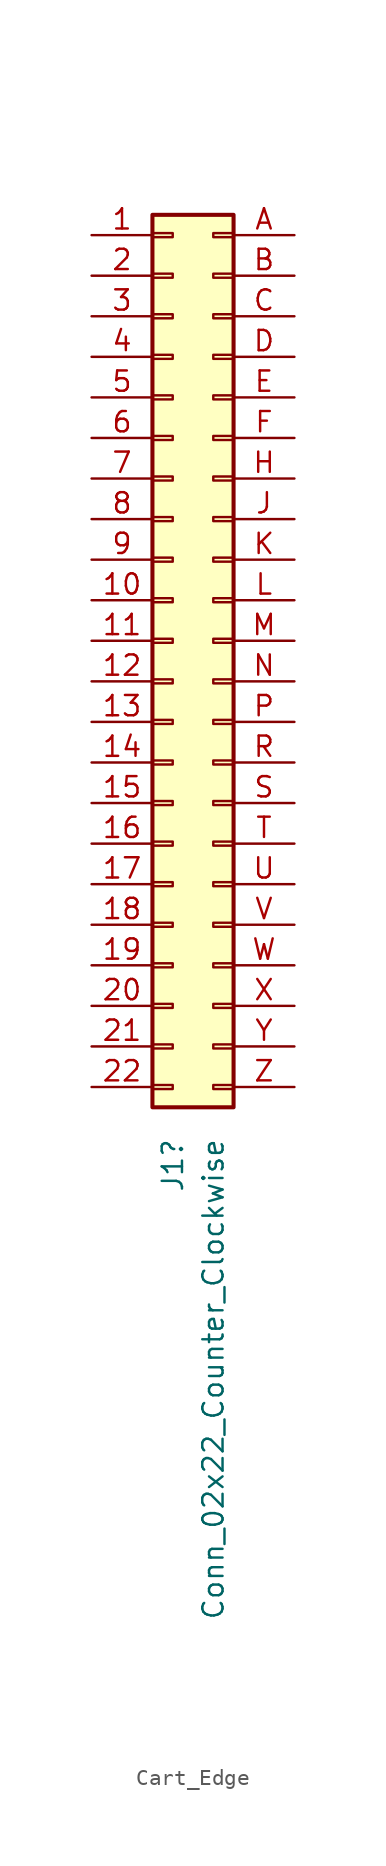
<source format=kicad_sym>
(kicad_symbol_lib
  (version 20220914)
  (generator kicad_symbol_editor)
  (symbol "Cart_Edge"
    (pin_names
      (offset 1.016) hide)
    (property "Reference" "J1"
      (at 0 -31.115 90)
      (effects (font (size 1.27 1.27)) (justify right)))
    (property "Value" "Conn_02x22_Counter_Clockwise"
      (at 2.54 -31.115 90)
      (effects (font (size 1.27 1.27)) (justify right)))
    (symbol "Cart_Edge_1_1"
      (rectangle (start -1.27 -27.813) (end 0 -28.067) (stroke (width 0.152) (type default)) (fill (type none)))
      (rectangle (start -1.27 -25.273) (end 0 -25.527) (stroke (width 0.152) (type default)) (fill (type none)))
      (rectangle (start -1.27 -22.733) (end 0 -22.987) (stroke (width 0.152) (type default)) (fill (type none)))
      (rectangle (start -1.27 -20.193) (end 0 -20.447) (stroke (width 0.152) (type default)) (fill (type none)))
      (rectangle (start -1.27 -17.653) (end 0 -17.907) (stroke (width 0.152) (type default)) (fill (type none)))
      (rectangle (start -1.27 -15.113) (end 0 -15.367) (stroke (width 0.152) (type default)) (fill (type none)))
      (rectangle (start -1.27 -12.573) (end 0 -12.827) (stroke (width 0.152) (type default)) (fill (type none)))
      (rectangle (start -1.27 -10.033) (end 0 -10.287) (stroke (width 0.152) (type default)) (fill (type none)))
      (rectangle (start -1.27 -7.493) (end 0 -7.747) (stroke (width 0.152) (type default)) (fill (type none)))
      (rectangle (start -1.27 -4.953) (end 0 -5.207) (stroke (width 0.152) (type default)) (fill (type none)))
      (rectangle (start -1.27 -2.413) (end 0 -2.667) (stroke (width 0.152) (type default)) (fill (type none)))
      (rectangle (start -1.27 0.127) (end 0 -0.127) (stroke (width 0.152) (type default)) (fill (type none)))
      (rectangle (start -1.27 2.667) (end 0 2.413) (stroke (width 0.152) (type default)) (fill (type none)))
      (rectangle (start -1.27 5.207) (end 0 4.953) (stroke (width 0.152) (type default)) (fill (type none)))
      (rectangle (start -1.27 7.747) (end 0 7.493) (stroke (width 0.152) (type default)) (fill (type none)))
      (rectangle (start -1.27 10.287) (end 0 10.033) (stroke (width 0.152) (type default)) (fill (type none)))
      (rectangle (start -1.27 12.827) (end 0 12.573) (stroke (width 0.152) (type default)) (fill (type none)))
      (rectangle (start -1.27 15.367) (end 0 15.113) (stroke (width 0.152) (type default)) (fill (type none)))
      (rectangle (start -1.27 17.907) (end 0 17.653) (stroke (width 0.152) (type default)) (fill (type none)))
      (rectangle (start -1.27 20.447) (end 0 20.193) (stroke (width 0.152) (type default)) (fill (type none)))
      (rectangle (start -1.27 22.987) (end 0 22.733) (stroke (width 0.152) (type default)) (fill (type none)))
      (rectangle (start -1.27 25.527) (end 0 25.273) (stroke (width 0.152) (type default)) (fill (type none)))
      (rectangle (start -1.27 26.67) (end 3.81 -29.21) (stroke (width 0.254) (type default)) (fill (type background)))
      (rectangle (start 3.81 -27.813) (end 2.54 -28.067) (stroke (width 0.152) (type default)) (fill (type none)))
      (rectangle (start 3.81 -25.273) (end 2.54 -25.527) (stroke (width 0.152) (type default)) (fill (type none)))
      (rectangle (start 3.81 -22.733) (end 2.54 -22.987) (stroke (width 0.152) (type default)) (fill (type none)))
      (rectangle (start 3.81 -20.193) (end 2.54 -20.447) (stroke (width 0.152) (type default)) (fill (type none)))
      (rectangle (start 3.81 -17.653) (end 2.54 -17.907) (stroke (width 0.152) (type default)) (fill (type none)))
      (rectangle (start 3.81 -15.113) (end 2.54 -15.367) (stroke (width 0.152) (type default)) (fill (type none)))
      (rectangle (start 3.81 -12.573) (end 2.54 -12.827) (stroke (width 0.152) (type default)) (fill (type none)))
      (rectangle (start 3.81 -10.033) (end 2.54 -10.287) (stroke (width 0.152) (type default)) (fill (type none)))
      (rectangle (start 3.81 -7.493) (end 2.54 -7.747) (stroke (width 0.152) (type default)) (fill (type none)))
      (rectangle (start 3.81 -4.953) (end 2.54 -5.207) (stroke (width 0.152) (type default)) (fill (type none)))
      (rectangle (start 3.81 -2.413) (end 2.54 -2.667) (stroke (width 0.152) (type default)) (fill (type none)))
      (rectangle (start 3.81 0.127) (end 2.54 -0.127) (stroke (width 0.152) (type default)) (fill (type none)))
      (rectangle (start 3.81 2.667) (end 2.54 2.413) (stroke (width 0.152) (type default)) (fill (type none)))
      (rectangle (start 3.81 5.207) (end 2.54 4.953) (stroke (width 0.152) (type default)) (fill (type none)))
      (rectangle (start 3.81 7.747) (end 2.54 7.493) (stroke (width 0.152) (type default)) (fill (type none)))
      (rectangle (start 3.81 10.287) (end 2.54 10.033) (stroke (width 0.152) (type default)) (fill (type none)))
      (rectangle (start 3.81 12.827) (end 2.54 12.573) (stroke (width 0.152) (type default)) (fill (type none)))
      (rectangle (start 3.81 15.367) (end 2.54 15.113) (stroke (width 0.152) (type default)) (fill (type none)))
      (rectangle (start 3.81 17.907) (end 2.54 17.653) (stroke (width 0.152) (type default)) (fill (type none)))
      (rectangle (start 3.81 20.447) (end 2.54 20.193) (stroke (width 0.152) (type default)) (fill (type none)))
      (rectangle (start 3.81 22.987) (end 2.54 22.733) (stroke (width 0.152) (type default)) (fill (type none)))
      (rectangle (start 3.81 25.527) (end 2.54 25.273) (stroke (width 0.152) (type default)) (fill (type none)))
      (pin passive line (at -5.08 25.4 0) (length 3.81) (name "Pin_1" (effects (font (size 1.27 1.27)))) (number "1" (effects (font (size 1.27 1.27)))))
      (pin passive line (at -5.08 2.54 0) (length 3.81) (name "Pin_10" (effects (font (size 1.27 1.27)))) (number "10" (effects (font (size 1.27 1.27)))))
      (pin passive line (at -5.08 0 0) (length 3.81) (name "Pin_11" (effects (font (size 1.27 1.27)))) (number "11" (effects (font (size 1.27 1.27)))))
      (pin passive line (at -5.08 -2.54 0) (length 3.81) (name "Pin_12" (effects (font (size 1.27 1.27)))) (number "12" (effects (font (size 1.27 1.27)))))
      (pin passive line (at -5.08 -5.08 0) (length 3.81) (name "Pin_13" (effects (font (size 1.27 1.27)))) (number "13" (effects (font (size 1.27 1.27)))))
      (pin passive line (at -5.08 -7.62 0) (length 3.81) (name "Pin_14" (effects (font (size 1.27 1.27)))) (number "14" (effects (font (size 1.27 1.27)))))
      (pin passive line (at -5.08 -10.16 0) (length 3.81) (name "Pin_15" (effects (font (size 1.27 1.27)))) (number "15" (effects (font (size 1.27 1.27)))))
      (pin passive line (at -5.08 -12.7 0) (length 3.81) (name "Pin_16" (effects (font (size 1.27 1.27)))) (number "16" (effects (font (size 1.27 1.27)))))
      (pin passive line (at -5.08 -15.24 0) (length 3.81) (name "Pin_17" (effects (font (size 1.27 1.27)))) (number "17" (effects (font (size 1.27 1.27)))))
      (pin passive line (at -5.08 -17.78 0) (length 3.81) (name "Pin_18" (effects (font (size 1.27 1.27)))) (number "18" (effects (font (size 1.27 1.27)))))
      (pin passive line (at -5.08 -20.32 0) (length 3.81) (name "Pin_19" (effects (font (size 1.27 1.27)))) (number "19" (effects (font (size 1.27 1.27)))))
      (pin passive line (at -5.08 22.86 0) (length 3.81) (name "Pin_2" (effects (font (size 1.27 1.27)))) (number "2" (effects (font (size 1.27 1.27)))))
      (pin passive line (at -5.08 -22.86 0) (length 3.81) (name "Pin_20" (effects (font (size 1.27 1.27)))) (number "20" (effects (font (size 1.27 1.27)))))
      (pin passive line (at -5.08 -25.4 0) (length 3.81) (name "Pin_21" (effects (font (size 1.27 1.27)))) (number "21" (effects (font (size 1.27 1.27)))))
      (pin passive line (at -5.08 -27.94 0) (length 3.81) (name "Pin_22" (effects (font (size 1.27 1.27)))) (number "22" (effects (font (size 1.27 1.27)))))
      (pin passive line (at -5.08 20.32 0) (length 3.81) (name "Pin_3" (effects (font (size 1.27 1.27)))) (number "3" (effects (font (size 1.27 1.27)))))
      (pin passive line (at -5.08 17.78 0) (length 3.81) (name "Pin_4" (effects (font (size 1.27 1.27)))) (number "4" (effects (font (size 1.27 1.27)))))
      (pin passive line (at -5.08 15.24 0) (length 3.81) (name "Pin_5" (effects (font (size 1.27 1.27)))) (number "5" (effects (font (size 1.27 1.27)))))
      (pin passive line (at -5.08 12.7 0) (length 3.81) (name "Pin_6" (effects (font (size 1.27 1.27)))) (number "6" (effects (font (size 1.27 1.27)))))
      (pin passive line (at -5.08 10.16 0) (length 3.81) (name "Pin_7" (effects (font (size 1.27 1.27)))) (number "7" (effects (font (size 1.27 1.27)))))
      (pin passive line (at -5.08 7.62 0) (length 3.81) (name "Pin_8" (effects (font (size 1.27 1.27)))) (number "8" (effects (font (size 1.27 1.27)))))
      (pin passive line (at -5.08 5.08 0) (length 3.81) (name "Pin_9" (effects (font (size 1.27 1.27)))) (number "9" (effects (font (size 1.27 1.27)))))
      (pin passive line (at 7.62 25.4 180) (length 3.81) (name "Pin_44" (effects (font (size 1.27 1.27)))) (number "A" (effects (font (size 1.27 1.27)))))
      (pin passive line (at 7.62 22.86 180) (length 3.81) (name "Pin_43" (effects (font (size 1.27 1.27)))) (number "B" (effects (font (size 1.27 1.27)))))
      (pin passive line (at 7.62 20.32 180) (length 3.81) (name "Pin_42" (effects (font (size 1.27 1.27)))) (number "C" (effects (font (size 1.27 1.27)))))
      (pin passive line (at 7.62 17.78 180) (length 3.81) (name "Pin_41" (effects (font (size 1.27 1.27)))) (number "D" (effects (font (size 1.27 1.27)))))
      (pin passive line (at 7.62 15.24 180) (length 3.81) (name "Pin_40" (effects (font (size 1.27 1.27)))) (number "E" (effects (font (size 1.27 1.27)))))
      (pin passive line (at 7.62 12.7 180) (length 3.81) (name "Pin_39" (effects (font (size 1.27 1.27)))) (number "F" (effects (font (size 1.27 1.27)))))
      (pin passive line (at 7.62 10.16 180) (length 3.81) (name "Pin_38" (effects (font (size 1.27 1.27)))) (number "H" (effects (font (size 1.27 1.27)))))
      (pin passive line (at 7.62 7.62 180) (length 3.81) (name "Pin_37" (effects (font (size 1.27 1.27)))) (number "J" (effects (font (size 1.27 1.27)))))
      (pin passive line (at 7.62 5.08 180) (length 3.81) (name "Pin_36" (effects (font (size 1.27 1.27)))) (number "K" (effects (font (size 1.27 1.27)))))
      (pin passive line (at 7.62 2.54 180) (length 3.81) (name "Pin_35" (effects (font (size 1.27 1.27)))) (number "L" (effects (font (size 1.27 1.27)))))
      (pin passive line (at 7.62 0 180) (length 3.81) (name "Pin_34" (effects (font (size 1.27 1.27)))) (number "M" (effects (font (size 1.27 1.27)))))
      (pin passive line (at 7.62 -2.54 180) (length 3.81) (name "Pin_33" (effects (font (size 1.27 1.27)))) (number "N" (effects (font (size 1.27 1.27)))))
      (pin passive line (at 7.62 -5.08 180) (length 3.81) (name "Pin_32" (effects (font (size 1.27 1.27)))) (number "P" (effects (font (size 1.27 1.27)))))
      (pin passive line (at 7.62 -7.62 180) (length 3.81) (name "Pin_31" (effects (font (size 1.27 1.27)))) (number "R" (effects (font (size 1.27 1.27)))))
      (pin passive line (at 7.62 -10.16 180) (length 3.81) (name "Pin_30" (effects (font (size 1.27 1.27)))) (number "S" (effects (font (size 1.27 1.27)))))
      (pin passive line (at 7.62 -12.7 180) (length 3.81) (name "Pin_29" (effects (font (size 1.27 1.27)))) (number "T" (effects (font (size 1.27 1.27)))))
      (pin passive line (at 7.62 -15.24 180) (length 3.81) (name "Pin_28" (effects (font (size 1.27 1.27)))) (number "U" (effects (font (size 1.27 1.27)))))
      (pin passive line (at 7.62 -17.78 180) (length 3.81) (name "Pin_27" (effects (font (size 1.27 1.27)))) (number "V" (effects (font (size 1.27 1.27)))))
      (pin passive line (at 7.62 -20.32 180) (length 3.81) (name "Pin_26" (effects (font (size 1.27 1.27)))) (number "W" (effects (font (size 1.27 1.27)))))
      (pin passive line (at 7.62 -22.86 180) (length 3.81) (name "Pin_25" (effects (font (size 1.27 1.27)))) (number "X" (effects (font (size 1.27 1.27)))))
      (pin passive line (at 7.62 -25.4 180) (length 3.81) (name "Pin_24" (effects (font (size 1.27 1.27)))) (number "Y" (effects (font (size 1.27 1.27)))))
      (pin passive line (at 7.62 -27.94 180) (length 3.81) (name "Pin_23" (effects (font (size 1.27 1.27)))) (number "Z" (effects (font (size 1.27 1.27))))))))
</source>
